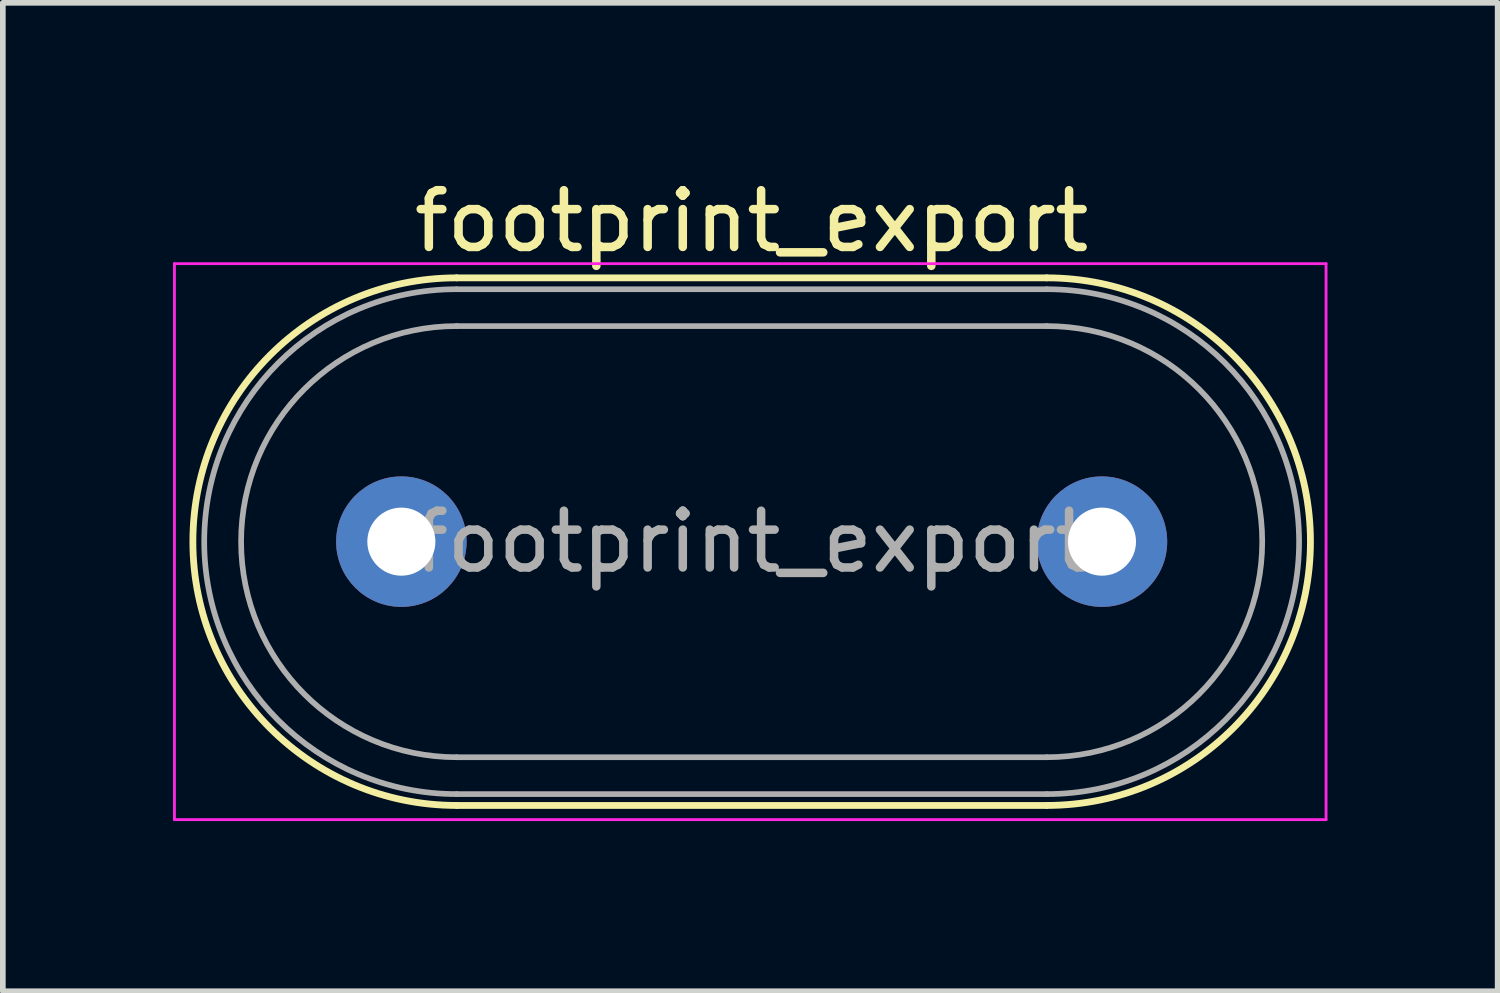
<source format=kicad_pcb>
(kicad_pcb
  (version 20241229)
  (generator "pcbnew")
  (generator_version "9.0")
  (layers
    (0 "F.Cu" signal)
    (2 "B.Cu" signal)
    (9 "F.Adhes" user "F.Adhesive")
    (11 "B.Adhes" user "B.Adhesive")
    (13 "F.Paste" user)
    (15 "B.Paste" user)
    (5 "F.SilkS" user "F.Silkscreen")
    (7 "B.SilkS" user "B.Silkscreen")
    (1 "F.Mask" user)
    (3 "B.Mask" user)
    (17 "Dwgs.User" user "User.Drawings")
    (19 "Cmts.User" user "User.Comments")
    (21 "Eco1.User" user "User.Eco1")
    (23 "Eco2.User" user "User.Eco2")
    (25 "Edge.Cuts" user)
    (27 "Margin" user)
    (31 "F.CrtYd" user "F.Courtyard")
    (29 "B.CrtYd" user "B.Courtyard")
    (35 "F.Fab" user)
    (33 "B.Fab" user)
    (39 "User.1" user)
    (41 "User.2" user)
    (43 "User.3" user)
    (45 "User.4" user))
  (footprint "footprint_export"
    (layer "F.Cu")
    (at 4.025 6.498)
    (property "Reference" "footprint_export" (at 6.175 -5.65 0) (layer "F.SilkS") (effects (font (size 1 1) (thickness 0.15))))
    (attr through_hole)
    (fp_line (start 0.975 -4.65) (end 11.375 -4.65) (stroke (width 0.12) (type solid)) (layer "F.SilkS"))
    (fp_line (start 0.975 4.65) (end 11.375 4.65) (stroke (width 0.12) (type solid)) (layer "F.SilkS"))
    (fp_arc (start 0.975 4.65) (mid -3.675 0) (end 0.975 -4.65) (stroke (width 0.12) (type solid)) (layer "F.SilkS"))
    (fp_arc (start 11.375 -4.65) (mid 16.025 0) (end 11.375 4.65) (stroke (width 0.12) (type solid)) (layer "F.SilkS"))
    (fp_line (start -4 -4.9) (end -4 4.9) (stroke (width 0.05) (type solid)) (layer "F.CrtYd"))
    (fp_line (start -4 4.9) (end 16.3 4.9) (stroke (width 0.05) (type solid)) (layer "F.CrtYd"))
    (fp_line (start 16.3 -4.9) (end -4 -4.9) (stroke (width 0.05) (type solid)) (layer "F.CrtYd"))
    (fp_line (start 16.3 4.9) (end 16.3 -4.9) (stroke (width 0.05) (type solid)) (layer "F.CrtYd"))
    (fp_line (start 0.975 -4.45) (end 11.375 -4.45) (stroke (width 0.1) (type solid)) (layer "F.Fab"))
    (fp_line (start 0.975 -3.8) (end 11.375 -3.8) (stroke (width 0.1) (type solid)) (layer "F.Fab"))
    (fp_line (start 0.975 3.8) (end 11.375 3.8) (stroke (width 0.1) (type solid)) (layer "F.Fab"))
    (fp_line (start 0.975 4.45) (end 11.375 4.45) (stroke (width 0.1) (type solid)) (layer "F.Fab"))
    (fp_arc (start 0.975 3.8) (mid -2.825 0) (end 0.975 -3.8) (stroke (width 0.1) (type solid)) (layer "F.Fab"))
    (fp_arc (start 0.975 4.45) (mid -3.475 0) (end 0.975 -4.45) (stroke (width 0.1) (type solid)) (layer "F.Fab"))
    (fp_arc (start 11.375 -4.45) (mid 15.825 0) (end 11.375 4.45) (stroke (width 0.1) (type solid)) (layer "F.Fab"))
    (fp_arc (start 11.375 -3.8) (mid 15.175 0) (end 11.375 3.8) (stroke (width 0.1) (type solid)) (layer "F.Fab"))
    (fp_text user "${REFERENCE}" (at 6.175 0 0) (layer "F.Fab") (effects (font (size 1 1) (thickness 0.15))))
    (pad "1" thru_hole circle (at 0 0) (size 2.3 2.3) (drill 1.2) (layers "*.Cu" "*.Mask"))
    (pad "2" thru_hole circle (at 12.35 0) (size 2.3 2.3) (drill 1.2) (layers "*.Cu" "*.Mask")))
  (gr_rect
    (start -3 -3)
    (end 23.35 14.423)
    (stroke (width 0.1) (type default))
    (fill no)
    (layer "Edge.Cuts")))
</source>
